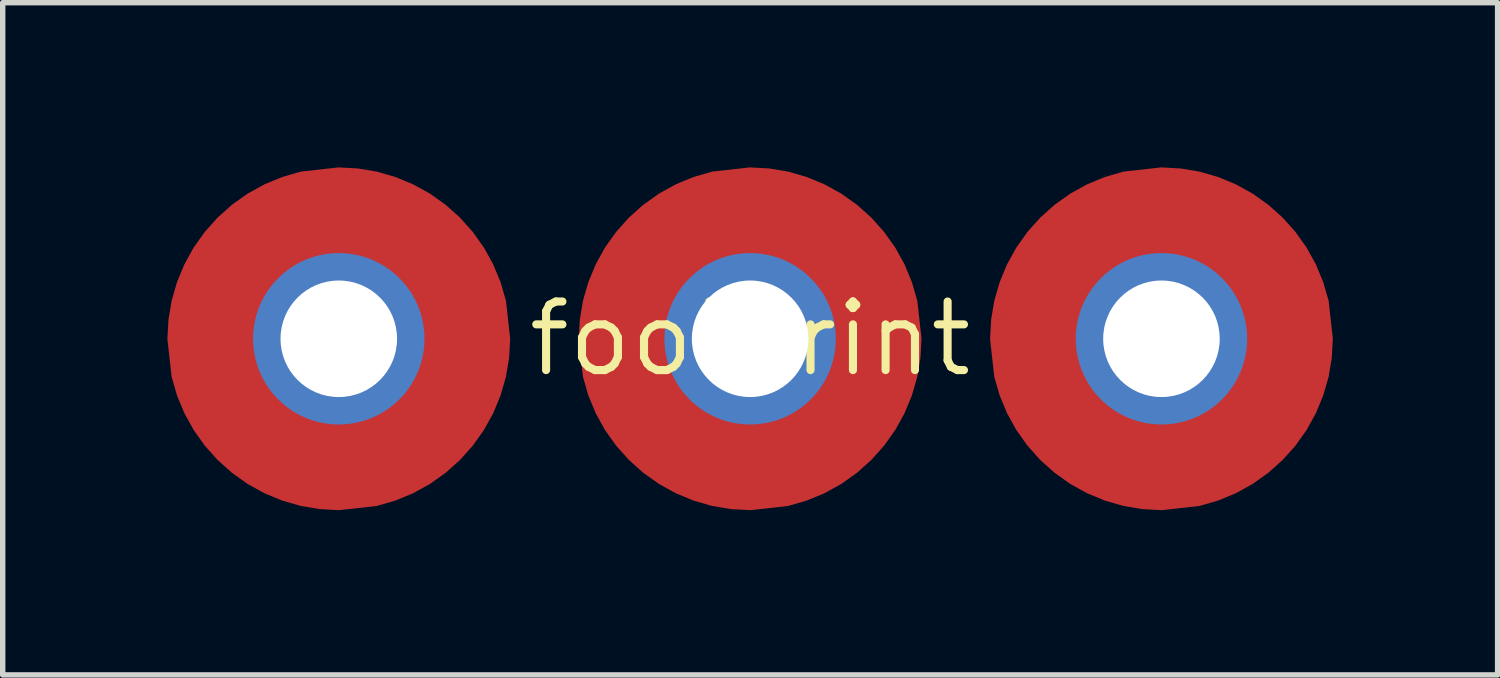
<source format=kicad_pcb>
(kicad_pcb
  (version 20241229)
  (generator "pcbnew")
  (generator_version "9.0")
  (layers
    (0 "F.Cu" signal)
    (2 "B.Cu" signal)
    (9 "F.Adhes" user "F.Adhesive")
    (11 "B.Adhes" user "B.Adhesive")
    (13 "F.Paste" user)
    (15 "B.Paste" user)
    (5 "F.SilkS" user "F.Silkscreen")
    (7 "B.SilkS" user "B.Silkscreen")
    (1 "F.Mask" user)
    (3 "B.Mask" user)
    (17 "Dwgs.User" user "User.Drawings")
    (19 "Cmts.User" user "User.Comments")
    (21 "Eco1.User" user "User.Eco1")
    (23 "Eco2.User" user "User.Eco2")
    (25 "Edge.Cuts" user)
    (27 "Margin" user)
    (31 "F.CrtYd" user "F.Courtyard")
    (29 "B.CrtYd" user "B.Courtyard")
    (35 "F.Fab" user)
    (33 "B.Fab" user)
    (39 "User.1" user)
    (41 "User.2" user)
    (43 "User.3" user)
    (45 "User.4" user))
  (footprint "footprint"
    (layer "F.Cu")
    (at 10.846 3.226)
    (property "Reference" "footprint" (at 0 0 0) (layer "F.SilkS") (effects (font (size 1.27 1.27) (thickness 0.15))))
    (fp_poly (pts (xy -7.264 -3.155) (xy -6.913 -3.096) (xy -6.571 -2.997) (xy -6.242 -2.861) (xy -5.931 -2.689) (xy -5.64 -2.482) (xy -5.375 -2.245) (xy -5.138 -1.98) (xy -4.931 -1.689) (xy -4.759 -1.378) (xy -4.623 -1.049) (xy -4.523 -0.703) (xy -4.445 -0.004) (xy -4.465 0.356) (xy -4.524 0.707) (xy -4.623 1.049) (xy -4.759 1.378) (xy -4.931 1.689) (xy -5.138 1.98) (xy -5.375 2.245) (xy -5.64 2.482) (xy -5.931 2.689) (xy -6.242 2.861) (xy -6.571 2.997) (xy -6.917 3.097) (xy -7.616 3.175) (xy -7.976 3.155) (xy -8.327 3.096) (xy -8.669 2.997) (xy -8.998 2.861) (xy -9.309 2.689) (xy -9.6 2.482) (xy -9.865 2.245) (xy -10.102 1.98) (xy -10.309 1.689) (xy -10.481 1.378) (xy -10.617 1.049) (xy -10.717 0.703) (xy -10.795 0.004) (xy -10.775 -0.356) (xy -10.716 -0.707) (xy -10.617 -1.049) (xy -10.481 -1.378) (xy -10.309 -1.689) (xy -10.102 -1.98) (xy -9.865 -2.245) (xy -9.6 -2.482) (xy -9.309 -2.689) (xy -8.998 -2.861) (xy -8.669 -2.997) (xy -8.323 -3.097) (xy -7.624 -3.175)) (stroke (width 0) (type solid)) (fill yes) (layer "F.Cu"))
    (fp_poly (pts (xy 0.356 -3.155) (xy 0.707 -3.096) (xy 1.049 -2.997) (xy 1.378 -2.861) (xy 1.689 -2.689) (xy 1.98 -2.482) (xy 2.245 -2.245) (xy 2.482 -1.98) (xy 2.689 -1.689) (xy 2.861 -1.378) (xy 2.997 -1.049) (xy 3.097 -0.703) (xy 3.175 -0.004) (xy 3.155 0.356) (xy 3.096 0.707) (xy 2.997 1.049) (xy 2.861 1.378) (xy 2.689 1.689) (xy 2.482 1.98) (xy 2.245 2.245) (xy 1.98 2.482) (xy 1.689 2.689) (xy 1.378 2.861) (xy 1.049 2.997) (xy 0.703 3.097) (xy 0.004 3.175) (xy -0.356 3.155) (xy -0.707 3.096) (xy -1.049 2.997) (xy -1.378 2.861) (xy -1.689 2.689) (xy -1.98 2.482) (xy -2.245 2.245) (xy -2.482 1.98) (xy -2.689 1.689) (xy -2.861 1.378) (xy -2.997 1.049) (xy -3.097 0.703) (xy -3.175 0.004) (xy -3.155 -0.356) (xy -3.096 -0.707) (xy -2.997 -1.049) (xy -2.861 -1.378) (xy -2.689 -1.689) (xy -2.482 -1.98) (xy -2.245 -2.245) (xy -1.98 -2.482) (xy -1.689 -2.689) (xy -1.378 -2.861) (xy -1.049 -2.997) (xy -0.703 -3.097) (xy -0.004 -3.175)) (stroke (width 0) (type solid)) (fill yes) (layer "F.Cu"))
    (fp_poly (pts (xy 7.976 -3.155) (xy 8.327 -3.096) (xy 8.669 -2.997) (xy 8.998 -2.861) (xy 9.309 -2.689) (xy 9.6 -2.482) (xy 9.865 -2.245) (xy 10.102 -1.98) (xy 10.309 -1.689) (xy 10.481 -1.378) (xy 10.617 -1.049) (xy 10.717 -0.703) (xy 10.795 -0.004) (xy 10.775 0.356) (xy 10.716 0.707) (xy 10.617 1.049) (xy 10.481 1.378) (xy 10.309 1.689) (xy 10.102 1.98) (xy 9.865 2.245) (xy 9.6 2.482) (xy 9.309 2.689) (xy 8.998 2.861) (xy 8.669 2.997) (xy 8.323 3.097) (xy 7.624 3.175) (xy 7.264 3.155) (xy 6.913 3.096) (xy 6.571 2.997) (xy 6.242 2.861) (xy 5.931 2.689) (xy 5.64 2.482) (xy 5.375 2.245) (xy 5.138 1.98) (xy 4.931 1.689) (xy 4.759 1.378) (xy 4.623 1.049) (xy 4.523 0.703) (xy 4.445 0.004) (xy 4.465 -0.356) (xy 4.524 -0.707) (xy 4.623 -1.049) (xy 4.759 -1.378) (xy 4.931 -1.689) (xy 5.138 -1.98) (xy 5.375 -2.245) (xy 5.64 -2.482) (xy 5.931 -2.689) (xy 6.242 -2.861) (xy 6.571 -2.997) (xy 6.917 -3.097) (xy 7.616 -3.175)) (stroke (width 0) (type solid)) (fill yes) (layer "F.Cu"))
    (fp_poly (pts (xy -7.259 -3.206) (xy -6.902 -3.145) (xy -6.554 -3.045) (xy -6.22 -2.907) (xy -5.904 -2.732) (xy -5.609 -2.522) (xy -5.339 -2.281) (xy -5.098 -2.011) (xy -4.888 -1.716) (xy -4.713 -1.4) (xy -4.575 -1.066) (xy -4.473 -0.713) (xy -4.394 -0.005) (xy -4.414 0.361) (xy -4.475 0.718) (xy -4.575 1.066) (xy -4.713 1.4) (xy -4.888 1.716) (xy -5.098 2.011) (xy -5.339 2.281) (xy -5.609 2.522) (xy -5.904 2.732) (xy -6.22 2.907) (xy -6.554 3.045) (xy -6.907 3.147) (xy -7.615 3.226) (xy -7.981 3.206) (xy -8.338 3.145) (xy -8.686 3.045) (xy -9.02 2.907) (xy -9.336 2.732) (xy -9.631 2.522) (xy -9.901 2.281) (xy -10.142 2.011) (xy -10.352 1.716) (xy -10.527 1.4) (xy -10.665 1.066) (xy -10.767 0.713) (xy -10.846 0.005) (xy -10.826 -0.361) (xy -10.765 -0.718) (xy -10.665 -1.066) (xy -10.527 -1.4) (xy -10.352 -1.716) (xy -10.142 -2.011) (xy -9.901 -2.281) (xy -9.631 -2.522) (xy -9.336 -2.732) (xy -9.02 -2.907) (xy -8.686 -3.045) (xy -8.333 -3.147) (xy -7.625 -3.226)) (stroke (width 0) (type solid)) (fill yes) (layer "F.Mask"))
    (fp_poly (pts (xy 0.361 -3.206) (xy 0.718 -3.145) (xy 1.066 -3.045) (xy 1.4 -2.907) (xy 1.716 -2.732) (xy 2.011 -2.522) (xy 2.281 -2.281) (xy 2.522 -2.011) (xy 2.732 -1.716) (xy 2.907 -1.4) (xy 3.045 -1.066) (xy 3.147 -0.713) (xy 3.226 -0.005) (xy 3.206 0.361) (xy 3.145 0.718) (xy 3.045 1.066) (xy 2.907 1.4) (xy 2.732 1.716) (xy 2.522 2.011) (xy 2.281 2.281) (xy 2.011 2.522) (xy 1.716 2.732) (xy 1.4 2.907) (xy 1.066 3.045) (xy 0.713 3.147) (xy 0.005 3.226) (xy -0.361 3.206) (xy -0.718 3.145) (xy -1.066 3.045) (xy -1.4 2.907) (xy -1.716 2.732) (xy -2.011 2.522) (xy -2.281 2.281) (xy -2.522 2.011) (xy -2.732 1.716) (xy -2.907 1.4) (xy -3.045 1.066) (xy -3.147 0.713) (xy -3.226 0.005) (xy -3.206 -0.361) (xy -3.145 -0.718) (xy -3.045 -1.066) (xy -2.907 -1.4) (xy -2.732 -1.716) (xy -2.522 -2.011) (xy -2.281 -2.281) (xy -2.011 -2.522) (xy -1.716 -2.732) (xy -1.4 -2.907) (xy -1.066 -3.045) (xy -0.713 -3.147) (xy -0.005 -3.226)) (stroke (width 0) (type solid)) (fill yes) (layer "F.Mask"))
    (fp_poly (pts (xy 7.981 -3.206) (xy 8.338 -3.145) (xy 8.686 -3.045) (xy 9.02 -2.907) (xy 9.336 -2.732) (xy 9.631 -2.522) (xy 9.901 -2.281) (xy 10.142 -2.011) (xy 10.352 -1.716) (xy 10.527 -1.4) (xy 10.665 -1.066) (xy 10.767 -0.713) (xy 10.846 -0.005) (xy 10.826 0.361) (xy 10.765 0.718) (xy 10.665 1.066) (xy 10.527 1.4) (xy 10.352 1.716) (xy 10.142 2.011) (xy 9.901 2.281) (xy 9.631 2.522) (xy 9.336 2.732) (xy 9.02 2.907) (xy 8.686 3.045) (xy 8.333 3.147) (xy 7.625 3.226) (xy 7.259 3.206) (xy 6.902 3.145) (xy 6.554 3.045) (xy 6.22 2.907) (xy 5.904 2.732) (xy 5.609 2.522) (xy 5.339 2.281) (xy 5.098 2.011) (xy 4.888 1.716) (xy 4.713 1.4) (xy 4.575 1.066) (xy 4.473 0.713) (xy 4.394 0.005) (xy 4.414 -0.361) (xy 4.475 -0.718) (xy 4.575 -1.066) (xy 4.713 -1.4) (xy 4.888 -1.716) (xy 5.098 -2.011) (xy 5.339 -2.281) (xy 5.609 -2.522) (xy 5.904 -2.732) (xy 6.22 -2.907) (xy 6.554 -3.045) (xy 6.907 -3.147) (xy 7.615 -3.226)) (stroke (width 0) (type solid)) (fill yes) (layer "F.Mask"))
    (fp_poly (pts (xy -7.259 -3.206) (xy -6.902 -3.145) (xy -6.554 -3.045) (xy -6.22 -2.907) (xy -5.904 -2.732) (xy -5.609 -2.522) (xy -5.339 -2.281) (xy -5.098 -2.011) (xy -4.888 -1.716) (xy -4.713 -1.4) (xy -4.575 -1.066) (xy -4.473 -0.713) (xy -4.394 -0.005) (xy -4.414 0.361) (xy -4.475 0.718) (xy -4.575 1.066) (xy -4.713 1.4) (xy -4.888 1.716) (xy -5.098 2.011) (xy -5.339 2.281) (xy -5.609 2.522) (xy -5.904 2.732) (xy -6.22 2.907) (xy -6.554 3.045) (xy -6.907 3.147) (xy -7.615 3.226) (xy -7.981 3.206) (xy -8.338 3.145) (xy -8.686 3.045) (xy -9.02 2.907) (xy -9.336 2.732) (xy -9.631 2.522) (xy -9.901 2.281) (xy -10.142 2.011) (xy -10.352 1.716) (xy -10.527 1.4) (xy -10.665 1.066) (xy -10.767 0.713) (xy -10.846 0.005) (xy -10.826 -0.361) (xy -10.765 -0.718) (xy -10.665 -1.066) (xy -10.527 -1.4) (xy -10.352 -1.716) (xy -10.142 -2.011) (xy -9.901 -2.281) (xy -9.631 -2.522) (xy -9.336 -2.732) (xy -9.02 -2.907) (xy -8.686 -3.045) (xy -8.333 -3.147) (xy -7.625 -3.226)) (stroke (width 0) (type solid)) (fill yes) (layer "F.Paste"))
    (fp_poly (pts (xy 0.361 -3.206) (xy 0.718 -3.145) (xy 1.066 -3.045) (xy 1.4 -2.907) (xy 1.716 -2.732) (xy 2.011 -2.522) (xy 2.281 -2.281) (xy 2.522 -2.011) (xy 2.732 -1.716) (xy 2.907 -1.4) (xy 3.045 -1.066) (xy 3.147 -0.713) (xy 3.226 -0.005) (xy 3.206 0.361) (xy 3.145 0.718) (xy 3.045 1.066) (xy 2.907 1.4) (xy 2.732 1.716) (xy 2.522 2.011) (xy 2.281 2.281) (xy 2.011 2.522) (xy 1.716 2.732) (xy 1.4 2.907) (xy 1.066 3.045) (xy 0.713 3.147) (xy 0.005 3.226) (xy -0.361 3.206) (xy -0.718 3.145) (xy -1.066 3.045) (xy -1.4 2.907) (xy -1.716 2.732) (xy -2.011 2.522) (xy -2.281 2.281) (xy -2.522 2.011) (xy -2.732 1.716) (xy -2.907 1.4) (xy -3.045 1.066) (xy -3.147 0.713) (xy -3.226 0.005) (xy -3.206 -0.361) (xy -3.145 -0.718) (xy -3.045 -1.066) (xy -2.907 -1.4) (xy -2.732 -1.716) (xy -2.522 -2.011) (xy -2.281 -2.281) (xy -2.011 -2.522) (xy -1.716 -2.732) (xy -1.4 -2.907) (xy -1.066 -3.045) (xy -0.713 -3.147) (xy -0.005 -3.226)) (stroke (width 0) (type solid)) (fill yes) (layer "F.Paste"))
    (fp_poly (pts (xy 7.981 -3.206) (xy 8.338 -3.145) (xy 8.686 -3.045) (xy 9.02 -2.907) (xy 9.336 -2.732) (xy 9.631 -2.522) (xy 9.901 -2.281) (xy 10.142 -2.011) (xy 10.352 -1.716) (xy 10.527 -1.4) (xy 10.665 -1.066) (xy 10.767 -0.713) (xy 10.846 -0.005) (xy 10.826 0.361) (xy 10.765 0.718) (xy 10.665 1.066) (xy 10.527 1.4) (xy 10.352 1.716) (xy 10.142 2.011) (xy 9.901 2.281) (xy 9.631 2.522) (xy 9.336 2.732) (xy 9.02 2.907) (xy 8.686 3.045) (xy 8.333 3.147) (xy 7.625 3.226) (xy 7.259 3.206) (xy 6.902 3.145) (xy 6.554 3.045) (xy 6.22 2.907) (xy 5.904 2.732) (xy 5.609 2.522) (xy 5.339 2.281) (xy 5.098 2.011) (xy 4.888 1.716) (xy 4.713 1.4) (xy 4.575 1.066) (xy 4.473 0.713) (xy 4.394 0.005) (xy 4.414 -0.361) (xy 4.475 -0.718) (xy 4.575 -1.066) (xy 4.713 -1.4) (xy 4.888 -1.716) (xy 5.098 -2.011) (xy 5.339 -2.281) (xy 5.609 -2.522) (xy 5.904 -2.732) (xy 6.22 -2.907) (xy 6.554 -3.045) (xy 6.907 -3.147) (xy 7.615 -3.226)) (stroke (width 0) (type solid)) (fill yes) (layer "F.Paste"))
    (pad "1" thru_hole circle (at -7.62 0) (size 3.175 3.175) (drill 2.159) (layers "*.Cu" "*.Mask"))
    (pad "2" thru_hole circle (at 0 0) (size 3.175 3.175) (drill 2.159) (layers "*.Cu" "*.Mask"))
    (pad "3" thru_hole circle (at 7.62 0) (size 3.175 3.175) (drill 2.159) (layers "*.Cu" "*.Mask")))
  (gr_rect
    (start -3 -3)
    (end 24.693 9.453)
    (stroke (width 0.1) (type default))
    (fill no)
    (layer "Edge.Cuts")))
</source>
